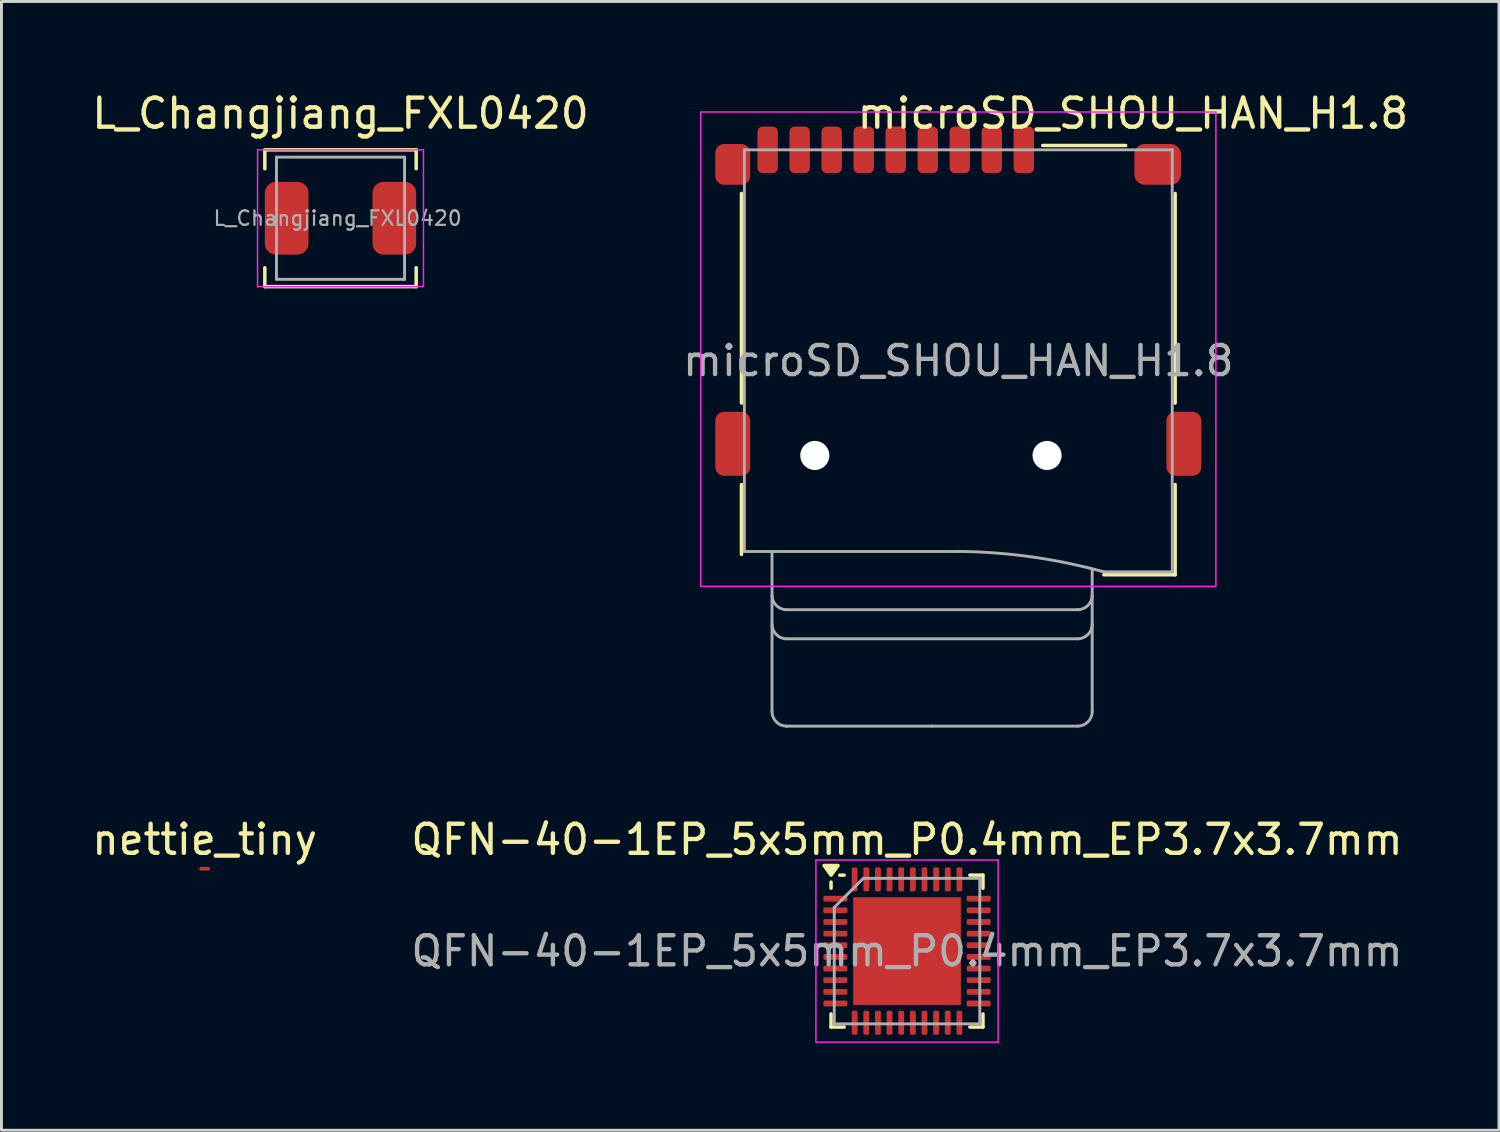
<source format=kicad_pcb>
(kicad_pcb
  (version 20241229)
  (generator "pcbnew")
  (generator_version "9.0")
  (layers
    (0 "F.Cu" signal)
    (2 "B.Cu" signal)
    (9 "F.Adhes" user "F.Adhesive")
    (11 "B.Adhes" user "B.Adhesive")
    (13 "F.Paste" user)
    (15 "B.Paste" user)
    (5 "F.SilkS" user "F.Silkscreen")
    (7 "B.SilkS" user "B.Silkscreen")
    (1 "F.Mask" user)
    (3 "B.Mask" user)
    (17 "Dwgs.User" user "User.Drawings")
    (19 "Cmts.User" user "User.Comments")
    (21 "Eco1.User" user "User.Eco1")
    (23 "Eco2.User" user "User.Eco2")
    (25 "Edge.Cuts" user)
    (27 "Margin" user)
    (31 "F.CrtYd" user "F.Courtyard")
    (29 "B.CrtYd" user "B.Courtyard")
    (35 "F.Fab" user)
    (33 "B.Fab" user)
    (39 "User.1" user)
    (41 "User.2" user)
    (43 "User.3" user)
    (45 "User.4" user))
  (footprint "QFN-40-1EP_5x5mm_P0.4mm_EP3.7x3.7mm"
    (layer "F.Cu")
    (at 28.113 29.627)
    (property "Reference" "QFN-40-1EP_5x5mm_P0.4mm_EP3.7x3.7mm" (at 0 -3.83 0) (layer "F.SilkS") (effects (font (size 1 1) (thickness 0.15))))
    (attr smd)
    (fp_line (start -2.61 -2.16) (end -2.61 -2.37) (stroke (width 0.12) (type solid)) (layer "F.SilkS"))
    (fp_line (start -2.61 2.61) (end -2.61 2.16) (stroke (width 0.12) (type solid)) (layer "F.SilkS"))
    (fp_line (start -2.16 -2.61) (end -2.31 -2.61) (stroke (width 0.12) (type solid)) (layer "F.SilkS"))
    (fp_line (start -2.16 2.61) (end -2.61 2.61) (stroke (width 0.12) (type solid)) (layer "F.SilkS"))
    (fp_line (start 2.16 -2.61) (end 2.61 -2.61) (stroke (width 0.12) (type solid)) (layer "F.SilkS"))
    (fp_line (start 2.16 2.61) (end 2.61 2.61) (stroke (width 0.12) (type solid)) (layer "F.SilkS"))
    (fp_line (start 2.61 -2.61) (end 2.61 -2.16) (stroke (width 0.12) (type solid)) (layer "F.SilkS"))
    (fp_line (start 2.61 2.61) (end 2.61 2.16) (stroke (width 0.12) (type solid)) (layer "F.SilkS"))
    (fp_poly (pts (xy -2.61 -2.61) (xy -2.85 -2.94) (xy -2.37 -2.94) (xy -2.61 -2.61)) (stroke (width 0.12) (type solid)) (fill yes) (layer "F.SilkS"))
    (fp_line (start -3.13 -3.13) (end -3.13 3.13) (stroke (width 0.05) (type solid)) (layer "F.CrtYd"))
    (fp_line (start -3.13 3.13) (end 3.13 3.13) (stroke (width 0.05) (type solid)) (layer "F.CrtYd"))
    (fp_line (start 3.13 -3.13) (end -3.13 -3.13) (stroke (width 0.05) (type solid)) (layer "F.CrtYd"))
    (fp_line (start 3.13 3.13) (end 3.13 -3.13) (stroke (width 0.05) (type solid)) (layer "F.CrtYd"))
    (fp_line (start -2.5 -1.5) (end -1.5 -2.5) (stroke (width 0.1) (type solid)) (layer "F.Fab"))
    (fp_line (start -2.5 2.5) (end -2.5 -1.5) (stroke (width 0.1) (type solid)) (layer "F.Fab"))
    (fp_line (start -1.5 -2.5) (end 2.5 -2.5) (stroke (width 0.1) (type solid)) (layer "F.Fab"))
    (fp_line (start 2.5 -2.5) (end 2.5 2.5) (stroke (width 0.1) (type solid)) (layer "F.Fab"))
    (fp_line (start 2.5 2.5) (end -2.5 2.5) (stroke (width 0.1) (type solid)) (layer "F.Fab"))
    (fp_text user "${REFERENCE}" (at 0 0 0) (layer "F.Fab") (effects (font (size 1 1) (thickness 0.15))))
    (pad "" smd roundrect (at -1.23 -1.23) (size 0.99 0.99) (layers "F.Paste") (roundrect_rratio 0.25))
    (pad "" smd roundrect (at -1.23 0) (size 0.99 0.99) (layers "F.Paste") (roundrect_rratio 0.25))
    (pad "" smd roundrect (at -1.23 1.23) (size 0.99 0.99) (layers "F.Paste") (roundrect_rratio 0.25))
    (pad "" smd roundrect (at 0 -1.23) (size 0.99 0.99) (layers "F.Paste") (roundrect_rratio 0.25))
    (pad "" smd roundrect (at 0 0) (size 0.99 0.99) (layers "F.Paste") (roundrect_rratio 0.25))
    (pad "" smd roundrect (at 0 1.23) (size 0.99 0.99) (layers "F.Paste") (roundrect_rratio 0.25))
    (pad "" smd roundrect (at 1.23 -1.23) (size 0.99 0.99) (layers "F.Paste") (roundrect_rratio 0.25))
    (pad "" smd roundrect (at 1.23 0) (size 0.99 0.99) (layers "F.Paste") (roundrect_rratio 0.25))
    (pad "" smd roundrect (at 1.23 1.23) (size 0.99 0.99) (layers "F.Paste") (roundrect_rratio 0.25))
    (pad "1" smd roundrect (at -2.462 -1.8) (size 0.825 0.2) (layers "F.Cu" "F.Mask" "F.Paste") (roundrect_rratio 0.25))
    (pad "2" smd roundrect (at -2.462 -1.4) (size 0.825 0.2) (layers "F.Cu" "F.Mask" "F.Paste") (roundrect_rratio 0.25))
    (pad "3" smd roundrect (at -2.462 -1) (size 0.825 0.2) (layers "F.Cu" "F.Mask" "F.Paste") (roundrect_rratio 0.25))
    (pad "4" smd roundrect (at -2.462 -0.6) (size 0.825 0.2) (layers "F.Cu" "F.Mask" "F.Paste") (roundrect_rratio 0.25))
    (pad "5" smd roundrect (at -2.462 -0.2) (size 0.825 0.2) (layers "F.Cu" "F.Mask" "F.Paste") (roundrect_rratio 0.25))
    (pad "6" smd roundrect (at -2.462 0.2) (size 0.825 0.2) (layers "F.Cu" "F.Mask" "F.Paste") (roundrect_rratio 0.25))
    (pad "7" smd roundrect (at -2.462 0.6) (size 0.825 0.2) (layers "F.Cu" "F.Mask" "F.Paste") (roundrect_rratio 0.25))
    (pad "8" smd roundrect (at -2.462 1) (size 0.825 0.2) (layers "F.Cu" "F.Mask" "F.Paste") (roundrect_rratio 0.25))
    (pad "9" smd roundrect (at -2.462 1.4) (size 0.825 0.2) (layers "F.Cu" "F.Mask" "F.Paste") (roundrect_rratio 0.25))
    (pad "10" smd roundrect (at -2.462 1.8) (size 0.825 0.2) (layers "F.Cu" "F.Mask" "F.Paste") (roundrect_rratio 0.25))
    (pad "11" smd roundrect (at -1.8 2.462) (size 0.2 0.825) (layers "F.Cu" "F.Mask" "F.Paste") (roundrect_rratio 0.25))
    (pad "12" smd roundrect (at -1.4 2.462) (size 0.2 0.825) (layers "F.Cu" "F.Mask" "F.Paste") (roundrect_rratio 0.25))
    (pad "13" smd roundrect (at -1 2.462) (size 0.2 0.825) (layers "F.Cu" "F.Mask" "F.Paste") (roundrect_rratio 0.25))
    (pad "14" smd roundrect (at -0.6 2.462) (size 0.2 0.825) (layers "F.Cu" "F.Mask" "F.Paste") (roundrect_rratio 0.25))
    (pad "15" smd roundrect (at -0.2 2.462) (size 0.2 0.825) (layers "F.Cu" "F.Mask" "F.Paste") (roundrect_rratio 0.25))
    (pad "16" smd roundrect (at 0.2 2.462) (size 0.2 0.825) (layers "F.Cu" "F.Mask" "F.Paste") (roundrect_rratio 0.25))
    (pad "17" smd roundrect (at 0.6 2.462) (size 0.2 0.825) (layers "F.Cu" "F.Mask" "F.Paste") (roundrect_rratio 0.25))
    (pad "18" smd roundrect (at 1 2.462) (size 0.2 0.825) (layers "F.Cu" "F.Mask" "F.Paste") (roundrect_rratio 0.25))
    (pad "19" smd roundrect (at 1.4 2.462) (size 0.2 0.825) (layers "F.Cu" "F.Mask" "F.Paste") (roundrect_rratio 0.25))
    (pad "20" smd roundrect (at 1.8 2.462) (size 0.2 0.825) (layers "F.Cu" "F.Mask" "F.Paste") (roundrect_rratio 0.25))
    (pad "21" smd roundrect (at 2.462 1.8) (size 0.825 0.2) (layers "F.Cu" "F.Mask" "F.Paste") (roundrect_rratio 0.25))
    (pad "22" smd roundrect (at 2.462 1.4) (size 0.825 0.2) (layers "F.Cu" "F.Mask" "F.Paste") (roundrect_rratio 0.25))
    (pad "23" smd roundrect (at 2.462 1) (size 0.825 0.2) (layers "F.Cu" "F.Mask" "F.Paste") (roundrect_rratio 0.25))
    (pad "24" smd roundrect (at 2.462 0.6) (size 0.825 0.2) (layers "F.Cu" "F.Mask" "F.Paste") (roundrect_rratio 0.25))
    (pad "25" smd roundrect (at 2.462 0.2) (size 0.825 0.2) (layers "F.Cu" "F.Mask" "F.Paste") (roundrect_rratio 0.25))
    (pad "26" smd roundrect (at 2.462 -0.2) (size 0.825 0.2) (layers "F.Cu" "F.Mask" "F.Paste") (roundrect_rratio 0.25))
    (pad "27" smd roundrect (at 2.462 -0.6) (size 0.825 0.2) (layers "F.Cu" "F.Mask" "F.Paste") (roundrect_rratio 0.25))
    (pad "28" smd roundrect (at 2.462 -1) (size 0.825 0.2) (layers "F.Cu" "F.Mask" "F.Paste") (roundrect_rratio 0.25))
    (pad "29" smd roundrect (at 2.462 -1.4) (size 0.825 0.2) (layers "F.Cu" "F.Mask" "F.Paste") (roundrect_rratio 0.25))
    (pad "30" smd roundrect (at 2.462 -1.8) (size 0.825 0.2) (layers "F.Cu" "F.Mask" "F.Paste") (roundrect_rratio 0.25))
    (pad "31" smd roundrect (at 1.8 -2.462) (size 0.2 0.825) (layers "F.Cu" "F.Mask" "F.Paste") (roundrect_rratio 0.25))
    (pad "32" smd roundrect (at 1.4 -2.462) (size 0.2 0.825) (layers "F.Cu" "F.Mask" "F.Paste") (roundrect_rratio 0.25))
    (pad "33" smd roundrect (at 1 -2.462) (size 0.2 0.825) (layers "F.Cu" "F.Mask" "F.Paste") (roundrect_rratio 0.25))
    (pad "34" smd roundrect (at 0.6 -2.462) (size 0.2 0.825) (layers "F.Cu" "F.Mask" "F.Paste") (roundrect_rratio 0.25))
    (pad "35" smd roundrect (at 0.2 -2.462) (size 0.2 0.825) (layers "F.Cu" "F.Mask" "F.Paste") (roundrect_rratio 0.25))
    (pad "36" smd roundrect (at -0.2 -2.462) (size 0.2 0.825) (layers "F.Cu" "F.Mask" "F.Paste") (roundrect_rratio 0.25))
    (pad "37" smd roundrect (at -0.6 -2.462) (size 0.2 0.825) (layers "F.Cu" "F.Mask" "F.Paste") (roundrect_rratio 0.25))
    (pad "38" smd roundrect (at -1 -2.462) (size 0.2 0.825) (layers "F.Cu" "F.Mask" "F.Paste") (roundrect_rratio 0.25))
    (pad "39" smd roundrect (at -1.4 -2.462) (size 0.2 0.825) (layers "F.Cu" "F.Mask" "F.Paste") (roundrect_rratio 0.25))
    (pad "40" smd roundrect (at -1.8 -2.462) (size 0.2 0.825) (layers "F.Cu" "F.Mask" "F.Paste") (roundrect_rratio 0.25))
    (pad "41" smd rect (at 0 0) (size 3.7 3.7) (property pad_prop_heatsink) (layers "F.Cu" "F.Mask")))
  (footprint "L_Changjiang_FXL0420"
    (layer "F.Cu")
    (at 8.649 4.448)
    (property "Reference" "L_Changjiang_FXL0420" (at 0 -3.6 0) (unlocked yes) (layer "F.SilkS") (effects (font (size 1 1) (thickness 0.15))))
    (attr smd)
    (fp_line (start -2.6 -2.35) (end 2.6 -2.35) (stroke (width 0.12) (type default)) (layer "F.SilkS"))
    (fp_line (start -2.6 -1.7) (end -2.6 -2.35) (stroke (width 0.12) (type default)) (layer "F.SilkS"))
    (fp_line (start -2.6 2.35) (end -2.6 1.7) (stroke (width 0.12) (type default)) (layer "F.SilkS"))
    (fp_line (start -2.6 2.35) (end 2.6 2.35) (stroke (width 0.12) (type default)) (layer "F.SilkS"))
    (fp_line (start 2.6 -2.35) (end 2.6 -1.7) (stroke (width 0.12) (type default)) (layer "F.SilkS"))
    (fp_line (start 2.6 1.7) (end 2.6 2.35) (stroke (width 0.12) (type default)) (layer "F.SilkS"))
    (fp_line (start -2.85 -2.35) (end -2.85 2.35) (stroke (width 0.05) (type default)) (layer "F.CrtYd"))
    (fp_line (start -2.85 2.35) (end 2.85 2.35) (stroke (width 0.05) (type default)) (layer "F.CrtYd"))
    (fp_line (start 2.85 -2.35) (end -2.85 -2.35) (stroke (width 0.05) (type default)) (layer "F.CrtYd"))
    (fp_line (start 2.85 2.35) (end 2.85 -2.35) (stroke (width 0.05) (type default)) (layer "F.CrtYd"))
    (fp_line (start -2.2 -2.1) (end 2.2 -2.1) (stroke (width 0.1) (type default)) (layer "F.Fab"))
    (fp_line (start -2.2 2.1) (end -2.2 -2.1) (stroke (width 0.1) (type default)) (layer "F.Fab"))
    (fp_line (start 2.2 -2.1) (end 2.2 2.1) (stroke (width 0.1) (type default)) (layer "F.Fab"))
    (fp_line (start 2.2 2.1) (end -2.2 2.1) (stroke (width 0.1) (type default)) (layer "F.Fab"))
    (fp_text user "${REFERENCE}" (at -0.1 0 0) (unlocked yes) (layer "F.Fab") (effects (font (size 0.5 0.5) (thickness 0.075))))
    (pad "1" smd roundrect (at -1.85 0) (size 1.5 2.5) (layers "F.Cu" "F.Mask" "F.Paste") (roundrect_rratio 0.25))
    (pad "2" smd roundrect (at 1.85 0) (size 1.5 2.5) (layers "F.Cu" "F.Mask" "F.Paste") (roundrect_rratio 0.25)))
  (footprint "microSD_SHOU_HAN_H1.8"
    (layer "F.Cu")
    (at 29.875 9.348)
    (property "Reference" "microSD_SHOU_HAN_H1.8" (at 6 -8.5 0) (unlocked yes) (layer "F.SilkS") (effects (font (size 1 1) (thickness 0.15))))
    (attr smd)
    (fp_line (start -7.45 1.45) (end -7.45 -5.75) (stroke (width 0.12) (type default)) (layer "F.SilkS"))
    (fp_line (start -7.45 6.65) (end -7.45 4.25) (stroke (width 0.12) (type default)) (layer "F.SilkS"))
    (fp_line (start 2.9 -7.4) (end 5.75 -7.4) (stroke (width 0.12) (type default)) (layer "F.SilkS"))
    (fp_line (start 7.45 -5.75) (end 7.45 1.45) (stroke (width 0.12) (type default)) (layer "F.SilkS"))
    (fp_line (start 7.45 4.25) (end 7.45 7.35) (stroke (width 0.12) (type default)) (layer "F.SilkS"))
    (fp_line (start 7.45 7.35) (end 5 7.35) (stroke (width 0.12) (type default)) (layer "F.SilkS"))
    (fp_line (start -8.85 -8.55) (end 8.85 -8.55) (stroke (width 0.05) (type default)) (layer "F.CrtYd"))
    (fp_line (start -8.85 7.75) (end -8.85 -8.55) (stroke (width 0.05) (type default)) (layer "F.CrtYd"))
    (fp_line (start 8.85 -8.55) (end 8.85 7.75) (stroke (width 0.05) (type default)) (layer "F.CrtYd"))
    (fp_line (start 8.85 7.75) (end -8.85 7.75) (stroke (width 0.05) (type default)) (layer "F.CrtYd"))
    (fp_line (start -7.35 -7.25) (end 7.35 -7.25) (stroke (width 0.1) (type default)) (layer "F.Fab"))
    (fp_line (start -7.35 6.55) (end -7.35 -7.25) (stroke (width 0.1) (type default)) (layer "F.Fab"))
    (fp_line (start -6.4 12.05) (end -6.4 6.55) (stroke (width 0.1) (type default)) (layer "F.Fab"))
    (fp_line (start -5.9 9.55) (end 4.1 9.55) (stroke (width 0.1) (type default)) (layer "F.Fab"))
    (fp_line (start -0.9 12.55) (end -5.9 12.55) (stroke (width 0.1) (type default)) (layer "F.Fab"))
    (fp_line (start -0.9 12.55) (end 4.1 12.55) (stroke (width 0.1) (type default)) (layer "F.Fab"))
    (fp_line (start 0 6.55) (end -7.35 6.55) (stroke (width 0.1) (type default)) (layer "F.Fab"))
    (fp_line (start 4.1 8.55) (end -5.9 8.55) (stroke (width 0.1) (type default)) (layer "F.Fab"))
    (fp_line (start 4.6 12.05) (end 4.6 7.15) (stroke (width 0.1) (type default)) (layer "F.Fab"))
    (fp_line (start 7.35 -7.25) (end 7.35 7.25) (stroke (width 0.1) (type default)) (layer "F.Fab"))
    (fp_line (start 7.35 7.25) (end 5 7.25) (stroke (width 0.1) (type default)) (layer "F.Fab"))
    (fp_arc (start -5.9 8.55) (mid -6.253553 8.403553) (end -6.4 8.05) (stroke (width 0.1) (type default)) (layer "F.Fab"))
    (fp_arc (start -5.9 9.55) (mid -6.253553 9.403553) (end -6.4 9.05) (stroke (width 0.1) (type default)) (layer "F.Fab"))
    (fp_arc (start -5.9 12.55) (mid -6.253553 12.403553) (end -6.4 12.05) (stroke (width 0.1) (type default)) (layer "F.Fab"))
    (fp_arc (start -0.027571 6.547243) (mid 2.509245 6.733859) (end 5 7.25) (stroke (width 0.1) (type default)) (layer "F.Fab"))
    (fp_arc (start 4.6 8.05) (mid 4.453553 8.403553) (end 4.1 8.55) (stroke (width 0.1) (type default)) (layer "F.Fab"))
    (fp_arc (start 4.6 9.05) (mid 4.453553 9.403553) (end 4.1 9.55) (stroke (width 0.1) (type default)) (layer "F.Fab"))
    (fp_arc (start 4.6 12.05) (mid 4.453553 12.403553) (end 4.1 12.55) (stroke (width 0.1) (type default)) (layer "F.Fab"))
    (fp_text user "${REFERENCE}" (at 0 0 0) (unlocked yes) (layer "F.Fab") (effects (font (size 1 1) (thickness 0.15))))
    (pad "" np_thru_hole circle (at -4.93 3.25) (size 1 1) (drill 1) (layers "*.Cu" "*.Mask"))
    (pad "" np_thru_hole circle (at 3.05 3.25) (size 1 1) (drill 1) (layers "*.Cu" "*.Mask"))
    (pad "1" smd roundrect (at 2.25 -7.25) (size 0.7 1.6) (layers "F.Cu" "F.Mask" "F.Paste") (roundrect_rratio 0.25))
    (pad "2" smd roundrect (at 1.15 -7.25) (size 0.7 1.6) (layers "F.Cu" "F.Mask" "F.Paste") (roundrect_rratio 0.25))
    (pad "3" smd roundrect (at 0.05 -7.25) (size 0.7 1.6) (layers "F.Cu" "F.Mask" "F.Paste") (roundrect_rratio 0.25))
    (pad "4" smd roundrect (at -1.05 -7.25) (size 0.7 1.6) (layers "F.Cu" "F.Mask" "F.Paste") (roundrect_rratio 0.25))
    (pad "5" smd roundrect (at -2.15 -7.25) (size 0.7 1.6) (layers "F.Cu" "F.Mask" "F.Paste") (roundrect_rratio 0.25))
    (pad "6" smd roundrect (at -3.25 -7.25) (size 0.7 1.6) (layers "F.Cu" "F.Mask" "F.Paste") (roundrect_rratio 0.25))
    (pad "7" smd roundrect (at -4.35 -7.25) (size 0.7 1.6) (layers "F.Cu" "F.Mask" "F.Paste") (roundrect_rratio 0.25))
    (pad "8" smd roundrect (at -5.45 -7.25) (size 0.7 1.6) (layers "F.Cu" "F.Mask" "F.Paste") (roundrect_rratio 0.25))
    (pad "9" smd roundrect (at -6.55 -7.25) (size 0.7 1.6) (layers "F.Cu" "F.Mask" "F.Paste") (roundrect_rratio 0.25))
    (pad "10" smd roundrect (at -7.75 -6.75) (size 1.2 1.4) (layers "F.Cu" "F.Mask" "F.Paste") (roundrect_rratio 0.25))
    (pad "10" smd roundrect (at -7.75 2.85) (size 1.2 2.2) (layers "F.Cu" "F.Mask" "F.Paste") (roundrect_rratio 0.25))
    (pad "10" smd roundrect (at 6.85 -6.75) (size 1.6 1.4) (layers "F.Cu" "F.Mask" "F.Paste") (roundrect_rratio 0.25))
    (pad "10" smd roundrect (at 7.75 2.85) (size 1.2 2.2) (layers "F.Cu" "F.Mask" "F.Paste") (roundrect_rratio 0.25)))
  (footprint "nettie_tiny"
    (layer "F.Cu")
    (at 3.982 26.797)
    (property "Reference" "nettie_tiny" (at 0 -1 0) (unlocked yes) (layer "F.SilkS") (effects (font (size 1 1) (thickness 0.15))))
    (attr smd exclude_from_pos_files exclude_from_bom allow_missing_courtyard)
    (fp_poly (pts (xy -0.125 -0.062) (xy 0.125 -0.062) (xy 0.125 0.062) (xy -0.125 0.062)) (stroke (width 0) (type solid)) (fill yes) (layer "F.Cu"))
    (pad "1" smd circle (at -0.125 0) (size 0.125 0.125) (layers "F.Cu"))
    (pad "2" smd circle (at 0.125 0) (size 0.125 0.125) (layers "F.Cu")))
  (gr_rect
    (start -3 -3)
    (end 48.452 35.782)
    (stroke (width 0.1) (type default))
    (fill no)
    (layer "Edge.Cuts")))
</source>
